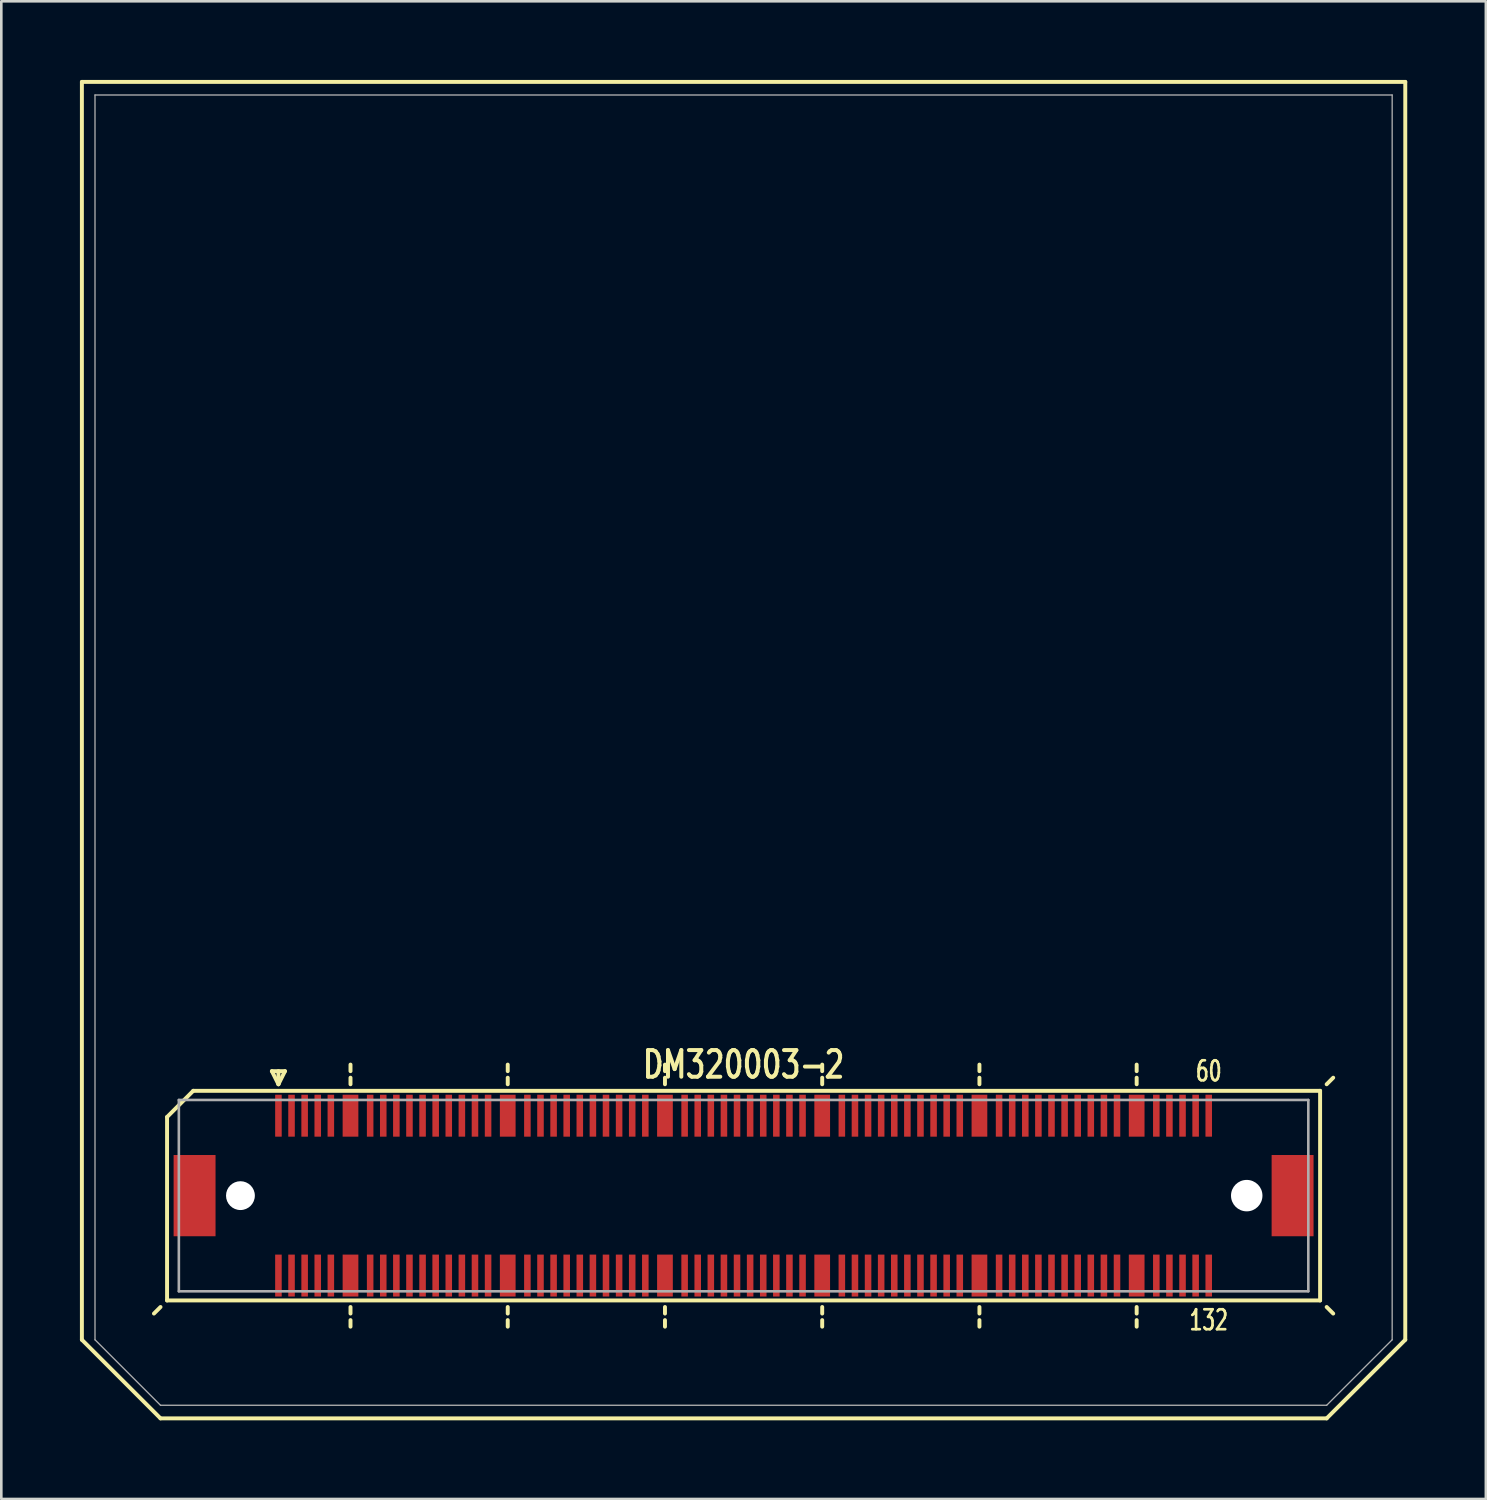
<source format=kicad_pcb>
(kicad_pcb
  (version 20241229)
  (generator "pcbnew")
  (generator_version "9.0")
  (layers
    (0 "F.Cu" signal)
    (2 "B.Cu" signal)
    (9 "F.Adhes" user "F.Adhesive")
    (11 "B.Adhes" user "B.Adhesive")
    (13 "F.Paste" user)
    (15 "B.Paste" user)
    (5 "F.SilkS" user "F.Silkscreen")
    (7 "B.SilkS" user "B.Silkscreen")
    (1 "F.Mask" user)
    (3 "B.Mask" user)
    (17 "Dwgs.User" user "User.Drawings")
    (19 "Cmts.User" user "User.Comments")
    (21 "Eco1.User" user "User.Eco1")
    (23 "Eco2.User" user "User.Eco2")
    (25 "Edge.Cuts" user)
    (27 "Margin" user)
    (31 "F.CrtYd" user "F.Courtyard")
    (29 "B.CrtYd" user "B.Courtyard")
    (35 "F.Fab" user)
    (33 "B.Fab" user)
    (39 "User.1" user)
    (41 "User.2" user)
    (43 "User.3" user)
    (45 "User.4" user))
  (footprint "DM320003-2"
    (layer "F.Cu")
    (at 25.325 42.575)
    (property "Reference" "DM320003-2" (at 0 -5 180) (layer "F.SilkS") (effects (font (size 1.016 0.762) (thickness 0.152))))
    (attr through_hole)
    (fp_line (start -25.25 -42.5) (end -25.25 5.5) (stroke (width 0.15) (type solid)) (layer "F.SilkS"))
    (fp_line (start -25.25 5.5) (end -22.25 8.5) (stroke (width 0.15) (type solid)) (layer "F.SilkS"))
    (fp_line (start -22.25 4.25) (end -22.5 4.5) (stroke (width 0.15) (type solid)) (layer "F.SilkS"))
    (fp_line (start -22.25 8.5) (end 22.25 8.5) (stroke (width 0.15) (type solid)) (layer "F.SilkS"))
    (fp_line (start -22 -3) (end -21 -4) (stroke (width 0.15) (type solid)) (layer "F.SilkS"))
    (fp_line (start -22 4) (end -22 -3) (stroke (width 0.15) (type solid)) (layer "F.SilkS"))
    (fp_line (start -21 -4) (end 22 -4) (stroke (width 0.15) (type solid)) (layer "F.SilkS"))
    (fp_line (start -18 -4.75) (end -17.75 -4.25) (stroke (width 0.15) (type solid)) (layer "F.SilkS"))
    (fp_line (start -17.75 -4.25) (end -17.75 -4.75) (stroke (width 0.15) (type solid)) (layer "F.SilkS"))
    (fp_line (start -17.75 -4.25) (end -17.5 -4.75) (stroke (width 0.15) (type solid)) (layer "F.SilkS"))
    (fp_line (start -17.5 -4.75) (end -18 -4.75) (stroke (width 0.15) (type solid)) (layer "F.SilkS"))
    (fp_line (start -15 -4.75) (end -15 -5) (stroke (width 0.15) (type solid)) (layer "F.SilkS"))
    (fp_line (start -15 -4.25) (end -15 -4.5) (stroke (width 0.15) (type solid)) (layer "F.SilkS"))
    (fp_line (start -15 4.25) (end -15 4.5) (stroke (width 0.15) (type solid)) (layer "F.SilkS"))
    (fp_line (start -15 4.75) (end -15 5) (stroke (width 0.15) (type solid)) (layer "F.SilkS"))
    (fp_line (start -9 -4.75) (end -9 -5) (stroke (width 0.15) (type solid)) (layer "F.SilkS"))
    (fp_line (start -9 -4.25) (end -9 -4.5) (stroke (width 0.15) (type solid)) (layer "F.SilkS"))
    (fp_line (start -9 4.25) (end -9 4.5) (stroke (width 0.15) (type solid)) (layer "F.SilkS"))
    (fp_line (start -9 4.75) (end -9 5) (stroke (width 0.15) (type solid)) (layer "F.SilkS"))
    (fp_line (start -3 -4.75) (end -3 -5) (stroke (width 0.15) (type solid)) (layer "F.SilkS"))
    (fp_line (start -3 -4.25) (end -3 -4.5) (stroke (width 0.15) (type solid)) (layer "F.SilkS"))
    (fp_line (start -3 4.25) (end -3 4.5) (stroke (width 0.15) (type solid)) (layer "F.SilkS"))
    (fp_line (start -3 4.75) (end -3 5) (stroke (width 0.15) (type solid)) (layer "F.SilkS"))
    (fp_line (start 3 -4.75) (end 3 -5) (stroke (width 0.15) (type solid)) (layer "F.SilkS"))
    (fp_line (start 3 -4.25) (end 3 -4.5) (stroke (width 0.15) (type solid)) (layer "F.SilkS"))
    (fp_line (start 3 4.25) (end 3 4.5) (stroke (width 0.15) (type solid)) (layer "F.SilkS"))
    (fp_line (start 3 4.75) (end 3 5) (stroke (width 0.15) (type solid)) (layer "F.SilkS"))
    (fp_line (start 9 -4.75) (end 9 -5) (stroke (width 0.15) (type solid)) (layer "F.SilkS"))
    (fp_line (start 9 -4.25) (end 9 -4.5) (stroke (width 0.15) (type solid)) (layer "F.SilkS"))
    (fp_line (start 9 4.25) (end 9 4.5) (stroke (width 0.15) (type solid)) (layer "F.SilkS"))
    (fp_line (start 9 4.75) (end 9 5) (stroke (width 0.15) (type solid)) (layer "F.SilkS"))
    (fp_line (start 15 -4.75) (end 15 -5) (stroke (width 0.15) (type solid)) (layer "F.SilkS"))
    (fp_line (start 15 -4.25) (end 15 -4.5) (stroke (width 0.15) (type solid)) (layer "F.SilkS"))
    (fp_line (start 15 4.25) (end 15 4.5) (stroke (width 0.15) (type solid)) (layer "F.SilkS"))
    (fp_line (start 15 4.75) (end 15 5) (stroke (width 0.15) (type solid)) (layer "F.SilkS"))
    (fp_line (start 22 -4) (end 22 4) (stroke (width 0.15) (type solid)) (layer "F.SilkS"))
    (fp_line (start 22 4) (end -22 4) (stroke (width 0.15) (type solid)) (layer "F.SilkS"))
    (fp_line (start 22.25 -4.25) (end 22.5 -4.5) (stroke (width 0.15) (type solid)) (layer "F.SilkS"))
    (fp_line (start 22.25 4.25) (end 22.5 4.5) (stroke (width 0.15) (type solid)) (layer "F.SilkS"))
    (fp_line (start 22.25 8.5) (end 25.25 5.5) (stroke (width 0.15) (type solid)) (layer "F.SilkS"))
    (fp_line (start 25.25 -42.5) (end -25.25 -42.5) (stroke (width 0.15) (type solid)) (layer "F.SilkS"))
    (fp_line (start 25.25 5.5) (end 25.25 -42.5) (stroke (width 0.15) (type solid)) (layer "F.SilkS"))
    (fp_line (start -24.75 -42) (end -24.75 5.5) (stroke (width 0.05) (type solid)) (layer "F.Fab"))
    (fp_line (start -24.75 5.5) (end -22.25 8) (stroke (width 0.05) (type solid)) (layer "F.Fab"))
    (fp_line (start -22.25 8) (end 22.25 8) (stroke (width 0.05) (type solid)) (layer "F.Fab"))
    (fp_line (start -21.55 -3.65) (end 21.55 -3.65) (stroke (width 0.1) (type solid)) (layer "F.Fab"))
    (fp_line (start -21.55 3.65) (end -21.55 -3.65) (stroke (width 0.1) (type solid)) (layer "F.Fab"))
    (fp_line (start 21.55 -3.65) (end 21.55 3.65) (stroke (width 0.1) (type solid)) (layer "F.Fab"))
    (fp_line (start 21.55 3.65) (end -21.55 3.65) (stroke (width 0.1) (type solid)) (layer "F.Fab"))
    (fp_line (start 22.25 8) (end 24.75 5.5) (stroke (width 0.05) (type solid)) (layer "F.Fab"))
    (fp_line (start 24.75 -42) (end -24.75 -42) (stroke (width 0.05) (type solid)) (layer "F.Fab"))
    (fp_line (start 24.75 5.5) (end 24.75 -42) (stroke (width 0.05) (type solid)) (layer "F.Fab"))
    (fp_text user "132" (at 17.75 4.75 0) (layer "F.SilkS") (effects (font (size 0.762 0.508) (thickness 0.102))))
    (fp_text user "60" (at 17.75 -4.75 0) (layer "F.SilkS") (effects (font (size 0.762 0.508) (thickness 0.102))))
    (pad "" smd rect (at -20.95 0) (size 1.6 3.1) (layers "F.Cu" "F.Mask" "F.Paste"))
    (pad "" np_thru_hole circle (at -19.2 0) (size 1.1 1.1) (drill 1.1) (layers "*.Cu" "*.Mask"))
    (pad "" np_thru_hole circle (at 19.2 0) (size 1.2 1.2) (drill 1.2) (layers "*.Cu" "*.Mask"))
    (pad "" smd rect (at 20.95 0) (size 1.6 3.1) (layers "F.Cu" "F.Mask" "F.Paste"))
    (pad "1" smd rect (at -17.75 -3.05 180) (size 0.25 1.6) (layers "F.Cu" "F.Mask" "F.Paste"))
    (pad "2" smd rect (at -17.75 3.05 180) (size 0.25 1.6) (layers "F.Cu" "F.Mask" "F.Paste"))
    (pad "3" smd rect (at -17.25 -3.05 180) (size 0.25 1.6) (layers "F.Cu" "F.Mask" "F.Paste"))
    (pad "4" smd rect (at -17.25 3.05 180) (size 0.25 1.6) (layers "F.Cu" "F.Mask" "F.Paste"))
    (pad "5" smd rect (at -16.75 -3.05 180) (size 0.25 1.6) (layers "F.Cu" "F.Mask" "F.Paste"))
    (pad "6" smd rect (at -16.75 3.05 180) (size 0.25 1.6) (layers "F.Cu" "F.Mask" "F.Paste"))
    (pad "7" smd rect (at -16.25 -3.05 180) (size 0.25 1.6) (layers "F.Cu" "F.Mask" "F.Paste"))
    (pad "8" smd rect (at -16.25 3.05 180) (size 0.25 1.6) (layers "F.Cu" "F.Mask" "F.Paste"))
    (pad "9" smd rect (at -15.75 -3.05 180) (size 0.25 1.6) (layers "F.Cu" "F.Mask" "F.Paste"))
    (pad "10" smd rect (at -15.75 3.05 180) (size 0.25 1.6) (layers "F.Cu" "F.Mask" "F.Paste"))
    (pad "11" smd rect (at -15 -3.05 180) (size 0.6 1.6) (layers "F.Cu" "F.Mask" "F.Paste"))
    (pad "12" smd rect (at -15 3.05 180) (size 0.6 1.6) (layers "F.Cu" "F.Mask" "F.Paste"))
    (pad "13" smd rect (at -14.25 -3.05 180) (size 0.25 1.6) (layers "F.Cu" "F.Mask" "F.Paste"))
    (pad "14" smd rect (at -14.25 3.05 180) (size 0.25 1.6) (layers "F.Cu" "F.Mask" "F.Paste"))
    (pad "15" smd rect (at -13.75 -3.05 180) (size 0.25 1.6) (layers "F.Cu" "F.Mask" "F.Paste"))
    (pad "16" smd rect (at -13.75 3.05 180) (size 0.25 1.6) (layers "F.Cu" "F.Mask" "F.Paste"))
    (pad "17" smd rect (at -13.25 -3.05 180) (size 0.25 1.6) (layers "F.Cu" "F.Mask" "F.Paste"))
    (pad "18" smd rect (at -13.25 3.05 180) (size 0.25 1.6) (layers "F.Cu" "F.Mask" "F.Paste"))
    (pad "19" smd rect (at -12.75 -3.05 180) (size 0.25 1.6) (layers "F.Cu" "F.Mask" "F.Paste"))
    (pad "20" smd rect (at -12.75 3.05 180) (size 0.25 1.6) (layers "F.Cu" "F.Mask" "F.Paste"))
    (pad "21" smd rect (at -12.25 -3.05 180) (size 0.25 1.6) (layers "F.Cu" "F.Mask" "F.Paste"))
    (pad "22" smd rect (at -12.25 3.05 180) (size 0.25 1.6) (layers "F.Cu" "F.Mask" "F.Paste"))
    (pad "23" smd rect (at -11.75 -3.05 180) (size 0.25 1.6) (layers "F.Cu" "F.Mask" "F.Paste"))
    (pad "24" smd rect (at -11.75 3.05 180) (size 0.25 1.6) (layers "F.Cu" "F.Mask" "F.Paste"))
    (pad "25" smd rect (at -11.25 -3.05 180) (size 0.25 1.6) (layers "F.Cu" "F.Mask" "F.Paste"))
    (pad "26" smd rect (at -11.25 3.05 180) (size 0.25 1.6) (layers "F.Cu" "F.Mask" "F.Paste"))
    (pad "27" smd rect (at -10.75 -3.05 180) (size 0.25 1.6) (layers "F.Cu" "F.Mask" "F.Paste"))
    (pad "28" smd rect (at -10.75 3.05 180) (size 0.25 1.6) (layers "F.Cu" "F.Mask" "F.Paste"))
    (pad "29" smd rect (at -10.25 -3.05 180) (size 0.25 1.6) (layers "F.Cu" "F.Mask" "F.Paste"))
    (pad "30" smd rect (at -10.25 3.05 180) (size 0.25 1.6) (layers "F.Cu" "F.Mask" "F.Paste"))
    (pad "31" smd rect (at -9.75 -3.05 180) (size 0.25 1.6) (layers "F.Cu" "F.Mask" "F.Paste"))
    (pad "32" smd rect (at -9.75 3.05 180) (size 0.25 1.6) (layers "F.Cu" "F.Mask" "F.Paste"))
    (pad "33" smd rect (at -9 -3.05 180) (size 0.6 1.6) (layers "F.Cu" "F.Mask" "F.Paste"))
    (pad "34" smd rect (at -9 3.05 180) (size 0.6 1.6) (layers "F.Cu" "F.Mask" "F.Paste"))
    (pad "35" smd rect (at -8.25 -3.05 180) (size 0.25 1.6) (layers "F.Cu" "F.Mask" "F.Paste"))
    (pad "36" smd rect (at -8.25 3.05 180) (size 0.25 1.6) (layers "F.Cu" "F.Mask" "F.Paste"))
    (pad "37" smd rect (at -7.75 -3.05 180) (size 0.25 1.6) (layers "F.Cu" "F.Mask" "F.Paste"))
    (pad "38" smd rect (at -7.75 3.05 180) (size 0.25 1.6) (layers "F.Cu" "F.Mask" "F.Paste"))
    (pad "39" smd rect (at -7.25 -3.05 180) (size 0.25 1.6) (layers "F.Cu" "F.Mask" "F.Paste"))
    (pad "40" smd rect (at -7.25 3.05 180) (size 0.25 1.6) (layers "F.Cu" "F.Mask" "F.Paste"))
    (pad "41" smd rect (at -6.75 -3.05 180) (size 0.25 1.6) (layers "F.Cu" "F.Mask" "F.Paste"))
    (pad "42" smd rect (at -6.75 3.05 180) (size 0.25 1.6) (layers "F.Cu" "F.Mask" "F.Paste"))
    (pad "43" smd rect (at -6.25 -3.05 180) (size 0.25 1.6) (layers "F.Cu" "F.Mask" "F.Paste"))
    (pad "44" smd rect (at -6.25 3.05 180) (size 0.25 1.6) (layers "F.Cu" "F.Mask" "F.Paste"))
    (pad "45" smd rect (at -5.75 -3.05 180) (size 0.25 1.6) (layers "F.Cu" "F.Mask" "F.Paste"))
    (pad "46" smd rect (at -5.75 3.05 180) (size 0.25 1.6) (layers "F.Cu" "F.Mask" "F.Paste"))
    (pad "47" smd rect (at -5.25 -3.05 180) (size 0.25 1.6) (layers "F.Cu" "F.Mask" "F.Paste"))
    (pad "48" smd rect (at -5.25 3.05 180) (size 0.25 1.6) (layers "F.Cu" "F.Mask" "F.Paste"))
    (pad "49" smd rect (at -4.75 -3.05 180) (size 0.25 1.6) (layers "F.Cu" "F.Mask" "F.Paste"))
    (pad "50" smd rect (at -4.75 3.05 180) (size 0.25 1.6) (layers "F.Cu" "F.Mask" "F.Paste"))
    (pad "51" smd rect (at -4.25 -3.05 180) (size 0.25 1.6) (layers "F.Cu" "F.Mask" "F.Paste"))
    (pad "52" smd rect (at -4.25 3.05 180) (size 0.25 1.6) (layers "F.Cu" "F.Mask" "F.Paste"))
    (pad "53" smd rect (at -3.75 -3.05 180) (size 0.25 1.6) (layers "F.Cu" "F.Mask" "F.Paste"))
    (pad "54" smd rect (at -3.75 3.05 180) (size 0.25 1.6) (layers "F.Cu" "F.Mask" "F.Paste"))
    (pad "55" smd rect (at -3 -3.05 180) (size 0.6 1.6) (layers "F.Cu" "F.Mask" "F.Paste"))
    (pad "56" smd rect (at -3 3.05 180) (size 0.6 1.6) (layers "F.Cu" "F.Mask" "F.Paste"))
    (pad "57" smd rect (at -2.25 -3.05 180) (size 0.25 1.6) (layers "F.Cu" "F.Mask" "F.Paste"))
    (pad "58" smd rect (at -2.25 3.05 180) (size 0.25 1.6) (layers "F.Cu" "F.Mask" "F.Paste"))
    (pad "59" smd rect (at -1.75 -3.05 180) (size 0.25 1.6) (layers "F.Cu" "F.Mask" "F.Paste"))
    (pad "60" smd rect (at -1.75 3.05 180) (size 0.25 1.6) (layers "F.Cu" "F.Mask" "F.Paste"))
    (pad "61" smd rect (at -1.25 -3.05 180) (size 0.25 1.6) (layers "F.Cu" "F.Mask" "F.Paste"))
    (pad "62" smd rect (at -1.25 3.05 180) (size 0.25 1.6) (layers "F.Cu" "F.Mask" "F.Paste"))
    (pad "63" smd rect (at -0.75 -3.05 180) (size 0.25 1.6) (layers "F.Cu" "F.Mask" "F.Paste"))
    (pad "64" smd rect (at -0.75 3.05 180) (size 0.25 1.6) (layers "F.Cu" "F.Mask" "F.Paste"))
    (pad "65" smd rect (at -0.25 -3.05 180) (size 0.25 1.6) (layers "F.Cu" "F.Mask" "F.Paste"))
    (pad "66" smd rect (at -0.25 3.05 180) (size 0.25 1.6) (layers "F.Cu" "F.Mask" "F.Paste"))
    (pad "67" smd rect (at 0.25 -3.05 180) (size 0.25 1.6) (layers "F.Cu" "F.Mask" "F.Paste"))
    (pad "68" smd rect (at 0.25 3.05 180) (size 0.25 1.6) (layers "F.Cu" "F.Mask" "F.Paste"))
    (pad "69" smd rect (at 0.75 -3.05 180) (size 0.25 1.6) (layers "F.Cu" "F.Mask" "F.Paste"))
    (pad "70" smd rect (at 0.75 3.05 180) (size 0.25 1.6) (layers "F.Cu" "F.Mask" "F.Paste"))
    (pad "71" smd rect (at 1.25 -3.05 180) (size 0.25 1.6) (layers "F.Cu" "F.Mask" "F.Paste"))
    (pad "72" smd rect (at 1.25 3.05 180) (size 0.25 1.6) (layers "F.Cu" "F.Mask" "F.Paste"))
    (pad "73" smd rect (at 1.75 -3.05 180) (size 0.25 1.6) (layers "F.Cu" "F.Mask" "F.Paste"))
    (pad "74" smd rect (at 1.75 3.05 180) (size 0.25 1.6) (layers "F.Cu" "F.Mask" "F.Paste"))
    (pad "75" smd rect (at 2.25 -3.05 180) (size 0.25 1.6) (layers "F.Cu" "F.Mask" "F.Paste"))
    (pad "76" smd rect (at 2.25 3.05 180) (size 0.25 1.6) (layers "F.Cu" "F.Mask" "F.Paste"))
    (pad "77" smd rect (at 3 -3.05 180) (size 0.6 1.6) (layers "F.Cu" "F.Mask" "F.Paste"))
    (pad "78" smd rect (at 3 3.05 180) (size 0.6 1.6) (layers "F.Cu" "F.Mask" "F.Paste"))
    (pad "79" smd rect (at 3.75 -3.05 180) (size 0.25 1.6) (layers "F.Cu" "F.Mask" "F.Paste"))
    (pad "80" smd rect (at 3.75 3.05 180) (size 0.25 1.6) (layers "F.Cu" "F.Mask" "F.Paste"))
    (pad "81" smd rect (at 4.25 -3.05 180) (size 0.25 1.6) (layers "F.Cu" "F.Mask" "F.Paste"))
    (pad "82" smd rect (at 4.25 3.05 180) (size 0.25 1.6) (layers "F.Cu" "F.Mask" "F.Paste"))
    (pad "83" smd rect (at 4.75 -3.05 180) (size 0.25 1.6) (layers "F.Cu" "F.Mask" "F.Paste"))
    (pad "84" smd rect (at 4.75 3.05 180) (size 0.25 1.6) (layers "F.Cu" "F.Mask" "F.Paste"))
    (pad "85" smd rect (at 5.25 -3.05 180) (size 0.25 1.6) (layers "F.Cu" "F.Mask" "F.Paste"))
    (pad "86" smd rect (at 5.25 3.05 180) (size 0.25 1.6) (layers "F.Cu" "F.Mask" "F.Paste"))
    (pad "87" smd rect (at 5.75 -3.05 180) (size 0.25 1.6) (layers "F.Cu" "F.Mask" "F.Paste"))
    (pad "88" smd rect (at 5.75 3.05 180) (size 0.25 1.6) (layers "F.Cu" "F.Mask" "F.Paste"))
    (pad "89" smd rect (at 6.25 -3.05 180) (size 0.25 1.6) (layers "F.Cu" "F.Mask" "F.Paste"))
    (pad "90" smd rect (at 6.25 3.05 180) (size 0.25 1.6) (layers "F.Cu" "F.Mask" "F.Paste"))
    (pad "91" smd rect (at 6.75 -3.05 180) (size 0.25 1.6) (layers "F.Cu" "F.Mask" "F.Paste"))
    (pad "92" smd rect (at 6.75 3.05 180) (size 0.25 1.6) (layers "F.Cu" "F.Mask" "F.Paste"))
    (pad "93" smd rect (at 7.25 -3.05 180) (size 0.25 1.6) (layers "F.Cu" "F.Mask" "F.Paste"))
    (pad "94" smd rect (at 7.25 3.05 180) (size 0.25 1.6) (layers "F.Cu" "F.Mask" "F.Paste"))
    (pad "95" smd rect (at 7.75 -3.05 180) (size 0.25 1.6) (layers "F.Cu" "F.Mask" "F.Paste"))
    (pad "96" smd rect (at 7.75 3.05 180) (size 0.25 1.6) (layers "F.Cu" "F.Mask" "F.Paste"))
    (pad "97" smd rect (at 8.25 -3.05 180) (size 0.25 1.6) (layers "F.Cu" "F.Mask" "F.Paste"))
    (pad "98" smd rect (at 8.25 3.05 180) (size 0.25 1.6) (layers "F.Cu" "F.Mask" "F.Paste"))
    (pad "99" smd rect (at 9 -3.05 180) (size 0.6 1.6) (layers "F.Cu" "F.Mask" "F.Paste"))
    (pad "100" smd rect (at 9 3.05 180) (size 0.6 1.6) (layers "F.Cu" "F.Mask" "F.Paste"))
    (pad "101" smd rect (at 9.75 -3.05 180) (size 0.25 1.6) (layers "F.Cu" "F.Mask" "F.Paste"))
    (pad "102" smd rect (at 9.75 3.05 180) (size 0.25 1.6) (layers "F.Cu" "F.Mask" "F.Paste"))
    (pad "103" smd rect (at 10.25 -3.05 180) (size 0.25 1.6) (layers "F.Cu" "F.Mask" "F.Paste"))
    (pad "104" smd rect (at 10.25 3.05 180) (size 0.25 1.6) (layers "F.Cu" "F.Mask" "F.Paste"))
    (pad "105" smd rect (at 10.75 -3.05 180) (size 0.25 1.6) (layers "F.Cu" "F.Mask" "F.Paste"))
    (pad "106" smd rect (at 10.75 3.05 180) (size 0.25 1.6) (layers "F.Cu" "F.Mask" "F.Paste"))
    (pad "107" smd rect (at 11.25 -3.05 180) (size 0.25 1.6) (layers "F.Cu" "F.Mask" "F.Paste"))
    (pad "108" smd rect (at 11.25 3.05 180) (size 0.25 1.6) (layers "F.Cu" "F.Mask" "F.Paste"))
    (pad "109" smd rect (at 11.75 -3.05 180) (size 0.25 1.6) (layers "F.Cu" "F.Mask" "F.Paste"))
    (pad "110" smd rect (at 11.75 3.05 180) (size 0.25 1.6) (layers "F.Cu" "F.Mask" "F.Paste"))
    (pad "111" smd rect (at 12.25 -3.05 180) (size 0.25 1.6) (layers "F.Cu" "F.Mask" "F.Paste"))
    (pad "112" smd rect (at 12.25 3.05 180) (size 0.25 1.6) (layers "F.Cu" "F.Mask" "F.Paste"))
    (pad "113" smd rect (at 12.75 -3.05 180) (size 0.25 1.6) (layers "F.Cu" "F.Mask" "F.Paste"))
    (pad "114" smd rect (at 12.75 3.05 180) (size 0.25 1.6) (layers "F.Cu" "F.Mask" "F.Paste"))
    (pad "115" smd rect (at 13.25 -3.05 180) (size 0.25 1.6) (layers "F.Cu" "F.Mask" "F.Paste"))
    (pad "116" smd rect (at 13.25 3.05 180) (size 0.25 1.6) (layers "F.Cu" "F.Mask" "F.Paste"))
    (pad "117" smd rect (at 13.75 -3.05 180) (size 0.25 1.6) (layers "F.Cu" "F.Mask" "F.Paste"))
    (pad "118" smd rect (at 13.75 3.05 180) (size 0.25 1.6) (layers "F.Cu" "F.Mask" "F.Paste"))
    (pad "119" smd rect (at 14.25 -3.05 180) (size 0.25 1.6) (layers "F.Cu" "F.Mask" "F.Paste"))
    (pad "120" smd rect (at 14.25 3.05 180) (size 0.25 1.6) (layers "F.Cu" "F.Mask" "F.Paste"))
    (pad "121" smd rect (at 15 -3.05 180) (size 0.6 1.6) (layers "F.Cu" "F.Mask" "F.Paste"))
    (pad "122" smd rect (at 15 3.05 180) (size 0.6 1.6) (layers "F.Cu" "F.Mask" "F.Paste"))
    (pad "123" smd rect (at 15.75 -3.05 180) (size 0.25 1.6) (layers "F.Cu" "F.Mask" "F.Paste"))
    (pad "124" smd rect (at 15.75 3.05 180) (size 0.25 1.6) (layers "F.Cu" "F.Mask" "F.Paste"))
    (pad "125" smd rect (at 16.25 -3.05 180) (size 0.25 1.6) (layers "F.Cu" "F.Mask" "F.Paste"))
    (pad "126" smd rect (at 16.25 3.05 180) (size 0.25 1.6) (layers "F.Cu" "F.Mask" "F.Paste"))
    (pad "127" smd rect (at 16.75 -3.05 180) (size 0.25 1.6) (layers "F.Cu" "F.Mask" "F.Paste"))
    (pad "128" smd rect (at 16.75 3.05 180) (size 0.25 1.6) (layers "F.Cu" "F.Mask" "F.Paste"))
    (pad "129" smd rect (at 17.25 -3.05 180) (size 0.25 1.6) (layers "F.Cu" "F.Mask" "F.Paste"))
    (pad "130" smd rect (at 17.25 3.05 180) (size 0.25 1.6) (layers "F.Cu" "F.Mask" "F.Paste"))
    (pad "131" smd rect (at 17.75 -3.05 180) (size 0.25 1.6) (layers "F.Cu" "F.Mask" "F.Paste"))
    (pad "132" smd rect (at 17.75 3.05 180) (size 0.25 1.6) (layers "F.Cu" "F.Mask" "F.Paste")))
  (gr_rect
    (start -3 -3)
    (end 53.65 54.15)
    (stroke (width 0.1) (type default))
    (fill no)
    (layer "Edge.Cuts")))
</source>
